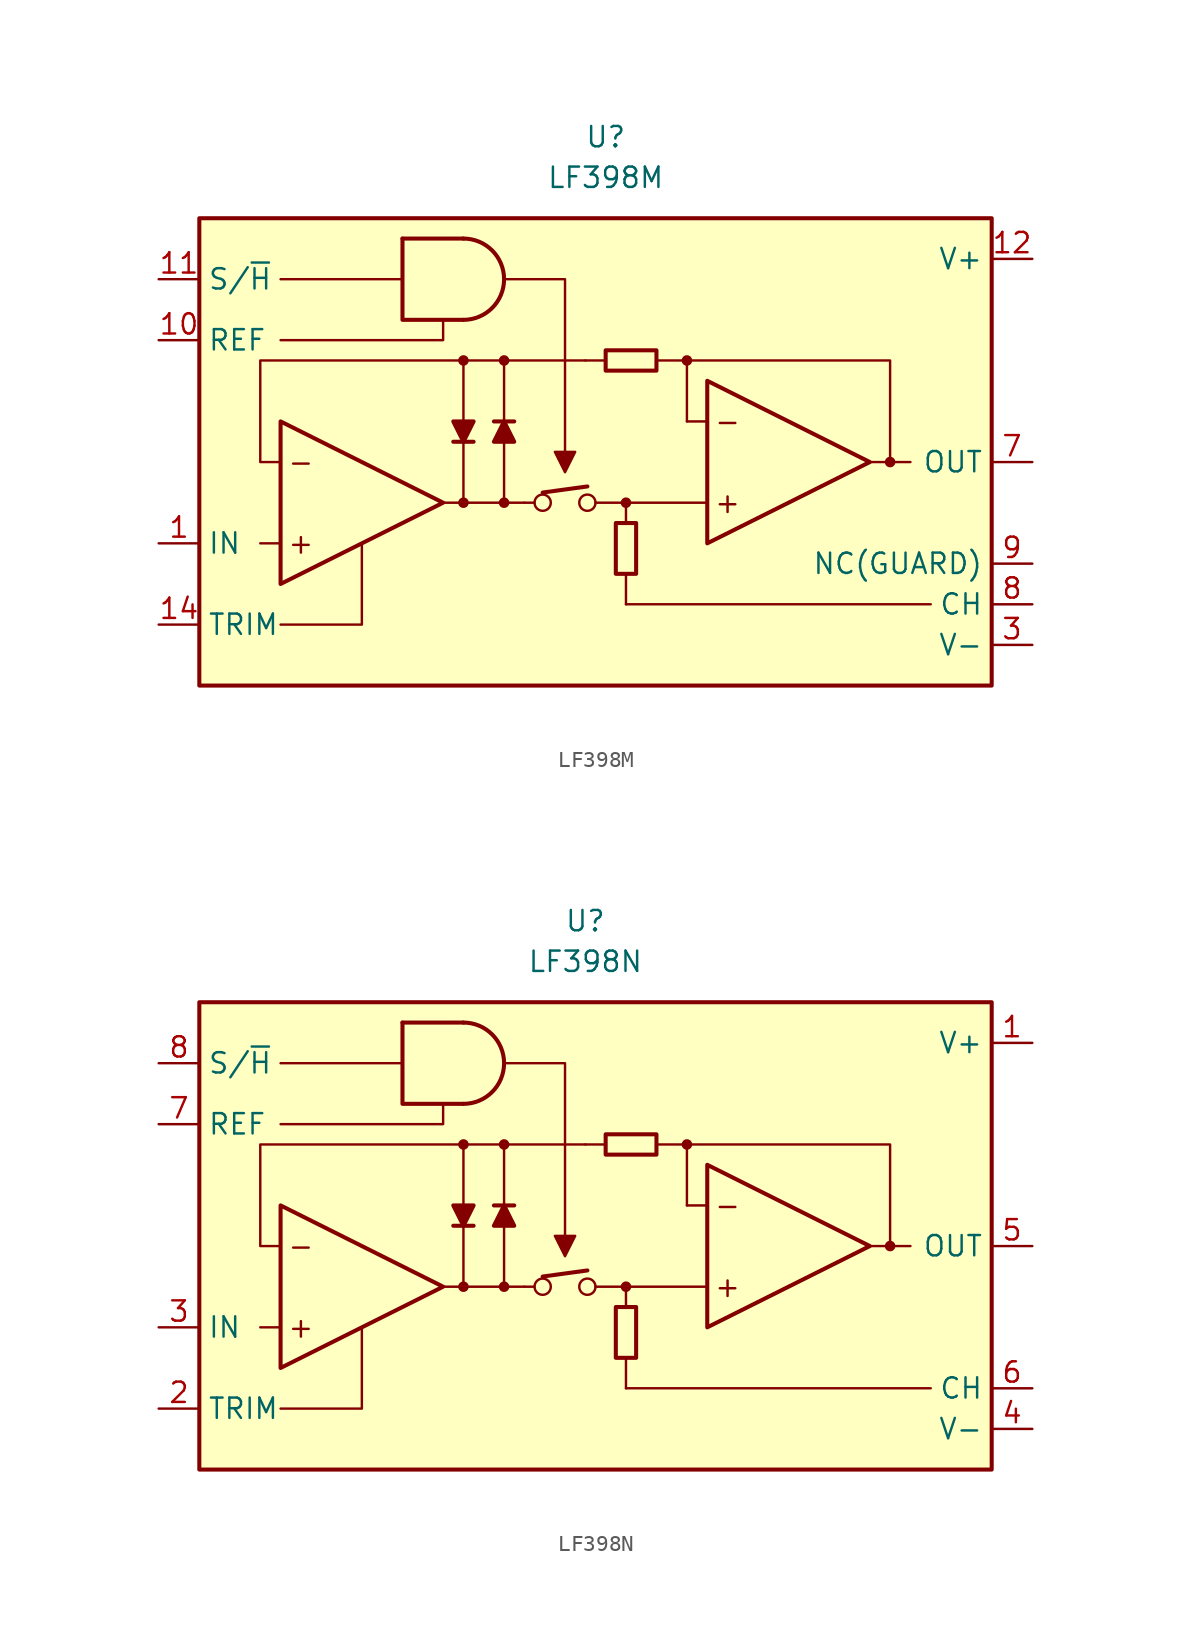
<source format=kicad_sym>
(kicad_symbol_lib
  (version 20231120)
  (generator "kicad_symbol_editor")
  (generator_version "8.0")
  (symbol "LF398M"
    (property "Reference" "U"
      (at 0 20.32 0)
      (effects (font (size 1.27 1.27))))
    (property "Value" "LF398M"
      (at 0 17.78 0)
      (effects (font (size 1.27 1.27))))
    (symbol "LF398M_0_0"
      (circle (center -8.89 -2.54) (radius 0.254) (stroke (width 0.152) (type default)) (fill (type outline)))
      (circle (center -8.89 6.35) (radius 0.254) (stroke (width 0.152) (type default)) (fill (type outline)))
      (circle (center -6.35 -2.54) (radius 0.254) (stroke (width 0.152) (type default)) (fill (type outline)))
      (circle (center -6.35 6.35) (radius 0.254) (stroke (width 0.152) (type default)) (fill (type outline)))
      (circle (center -3.937 -2.54) (radius 0.508) (stroke (width 0) (type default)) (fill (type none)))
      (circle (center -1.143 -2.54) (radius 0.508) (stroke (width 0) (type default)) (fill (type none)))
      (polyline (pts (xy -20.32 -5.08) (xy -21.59 -5.08)) (stroke (width 0.152) (type default)) (fill (type none)))
      (polyline (pts (xy -12.7 11.43) (xy -20.32 11.43)) (stroke (width 0.152) (type default)) (fill (type none)))
      (polyline (pts (xy -5.08 -2.54) (xy -4.445 -2.54)) (stroke (width 0.152) (type default)) (fill (type none)))
      (polyline (pts (xy -3.937 -1.905) (xy -1.143 -1.524)) (stroke (width 0.254) (type default)) (fill (type none)))
      (polyline (pts (xy 0 6.35) (xy -1.27 6.35)) (stroke (width 0.152) (type default)) (fill (type none)))
      (polyline (pts (xy 1.27 -6.985) (xy 1.27 -8.89)) (stroke (width 0.152) (type default)) (fill (type none)))
      (polyline (pts (xy 16.51 0) (xy 17.78 0)) (stroke (width 0.152) (type default)) (fill (type none)))
      (polyline (pts (xy 17.78 0) (xy 19.05 0)) (stroke (width 0.152) (type default)) (fill (type none)))
      (polyline (pts (xy -20.32 -10.16) (xy -15.24 -10.16) (xy -15.24 -5.08)) (stroke (width 0.152) (type default)) (fill (type none)))
      (polyline (pts (xy -10.16 8.89) (xy -10.16 7.62) (xy -20.32 7.62)) (stroke (width 0.152) (type default)) (fill (type none)))
      (polyline (pts (xy -6.35 11.43) (xy -2.54 11.43) (xy -2.54 0)) (stroke (width 0.152) (type default)) (fill (type none)))
      (polyline (pts (xy -2.54 -0.635) (xy -3.175 0.635) (xy -1.905 0.635) (xy -2.54 -0.635)) (stroke (width 0.152) (type default)) (fill (type outline)))
      (circle (center 1.27 -2.54) (radius 0.254) (stroke (width 0.152) (type default)) (fill (type outline)))
      (circle (center 5.08 6.35) (radius 0.254) (stroke (width 0.152) (type default)) (fill (type outline)))
      (circle (center 17.78 0) (radius 0.254) (stroke (width 0.152) (type default)) (fill (type outline)))
      (text "+" (at -19.05 -5.08 0) (effects (font (size 1.27 1.27))))
      (text "+" (at 7.62 -2.54 0) (effects (font (size 1.27 1.27))))
      (text "-" (at -19.05 0 0) (effects (font (size 1.27 1.27))))
      (text "-" (at 7.62 2.54 0) (effects (font (size 1.27 1.27)))))
    (symbol "LF398M_0_1"
      (rectangle (start -25.4 15.24) (end 24.13 -13.97) (stroke (width 0.254) (type default)) (fill (type background)))
      (arc (start -8.89 8.89) (mid -6.361 11.43) (end -8.89 13.97) (stroke (width 0.254) (type default)) (fill (type none)))
      (polyline (pts (xy -12.7 13.97) (xy -8.89 13.97)) (stroke (width 0.254) (type default)) (fill (type none)))
      (polyline (pts (xy -9.525 1.27) (xy -8.255 1.27)) (stroke (width 0.254) (type default)) (fill (type none)))
      (polyline (pts (xy -8.89 1.27) (xy -8.89 -2.54)) (stroke (width 0.152) (type default)) (fill (type none)))
      (polyline (pts (xy -8.89 2.54) (xy -8.89 6.35)) (stroke (width 0.152) (type default)) (fill (type none)))
      (polyline (pts (xy -6.35 1.27) (xy -6.35 -2.54)) (stroke (width 0.152) (type default)) (fill (type none)))
      (polyline (pts (xy -6.35 2.54) (xy -6.35 6.35)) (stroke (width 0.152) (type default)) (fill (type none)))
      (polyline (pts (xy -5.715 2.54) (xy -6.985 2.54)) (stroke (width 0.254) (type default)) (fill (type none)))
      (polyline (pts (xy -5.08 -2.54) (xy -10.16 -2.54)) (stroke (width 0.152) (type default)) (fill (type none)))
      (polyline (pts (xy 1.27 -8.89) (xy 20.32 -8.89)) (stroke (width 0.152) (type default)) (fill (type none)))
      (polyline (pts (xy 1.27 -3.81) (xy 1.27 -2.54)) (stroke (width 0.152) (type default)) (fill (type none)))
      (polyline (pts (xy 5.08 2.54) (xy 5.08 6.35)) (stroke (width 0.152) (type default)) (fill (type none)))
      (polyline (pts (xy 6.35 -2.54) (xy -0.635 -2.54)) (stroke (width 0.152) (type default)) (fill (type none)))
      (polyline (pts (xy 6.35 2.54) (xy 5.08 2.54)) (stroke (width 0.152) (type default)) (fill (type none)))
      (polyline (pts (xy -12.7 13.97) (xy -12.7 8.89) (xy -8.89 8.89)) (stroke (width 0.254) (type default)) (fill (type none)))
      (polyline (pts (xy 3.175 6.35) (xy 17.78 6.35) (xy 17.78 0)) (stroke (width 0.152) (type default)) (fill (type none)))
      (polyline (pts (xy -20.32 2.54) (xy -20.32 -7.62) (xy -10.16 -2.54) (xy -20.32 2.54)) (stroke (width 0.254) (type default)) (fill (type none)))
      (polyline (pts (xy -8.89 1.27) (xy -9.525 2.54) (xy -8.255 2.54) (xy -8.89 1.27)) (stroke (width 0.254) (type default)) (fill (type outline)))
      (polyline (pts (xy -6.35 2.54) (xy -5.715 1.27) (xy -6.985 1.27) (xy -6.35 2.54)) (stroke (width 0.254) (type default)) (fill (type outline)))
      (polyline (pts (xy -1.27 6.35) (xy -21.59 6.35) (xy -21.59 0) (xy -20.32 0)) (stroke (width 0.152) (type default)) (fill (type none)))
      (polyline (pts (xy 6.35 5.08) (xy 6.35 -5.08) (xy 16.51 0) (xy 6.35 5.08)) (stroke (width 0.254) (type default)) (fill (type none)))
      (rectangle (start 0 5.715) (end 3.175 6.985) (stroke (width 0.254) (type default)) (fill (type none)))
      (rectangle (start 0.635 -3.81) (end 1.905 -6.985) (stroke (width 0.254) (type default)) (fill (type none))))
    (symbol "LF398M_1_1"
      (pin input line (at -27.94 -5.08 0) (length 2.54) (name "IN" (effects (font (size 1.27 1.27)))) (number "1" (effects (font (size 1.27 1.27)))))
      (pin input line (at -27.94 7.62 0) (length 2.54) (name "REF" (effects (font (size 1.27 1.27)))) (number "10" (effects (font (size 1.27 1.27)))))
      (pin input line (at -27.94 11.43 0) (length 2.54) (name "S/~{H}" (effects (font (size 1.27 1.27)))) (number "11" (effects (font (size 1.27 1.27)))))
      (pin power_in line (at 26.67 12.7 180) (length 2.54) (name "V+" (effects (font (size 1.27 1.27)))) (number "12" (effects (font (size 1.27 1.27)))))
      (pin passive line (at -27.94 -10.16 0) (length 2.54) (name "TRIM" (effects (font (size 1.27 1.27)))) (number "14" (effects (font (size 1.27 1.27)))))
      (pin power_in line (at 26.67 -11.43 180) (length 2.54) (name "V-" (effects (font (size 1.27 1.27)))) (number "3" (effects (font (size 1.27 1.27)))))
      (pin output line (at 26.67 0 180) (length 2.54) (name "OUT" (effects (font (size 1.27 1.27)))) (number "7" (effects (font (size 1.27 1.27)))))
      (pin passive line (at 26.67 -8.89 180) (length 2.54) (name "CH" (effects (font (size 1.27 1.27)))) (number "8" (effects (font (size 1.27 1.27)))))
      (pin passive line (at 26.67 -6.35 180) (length 2.54) (name "NC(GUARD)" (effects (font (size 1.27 1.27)))) (number "9" (effects (font (size 1.27 1.27)))))))
  (symbol "LF398N"
    (property "Reference" "U"
      (at 0 20.32 0)
      (effects (font (size 1.27 1.27))))
    (property "Value" "LF398N"
      (at 0 17.78 0)
      (effects (font (size 1.27 1.27))))
    (symbol "LF398N_0_0"
      (circle (center -7.62 -2.54) (radius 0.254) (stroke (width 0.152) (type default)) (fill (type outline)))
      (circle (center -7.62 6.35) (radius 0.254) (stroke (width 0.152) (type default)) (fill (type outline)))
      (circle (center -5.08 -2.54) (radius 0.254) (stroke (width 0.152) (type default)) (fill (type outline)))
      (circle (center -5.08 6.35) (radius 0.254) (stroke (width 0.152) (type default)) (fill (type outline)))
      (circle (center -2.667 -2.54) (radius 0.508) (stroke (width 0) (type default)) (fill (type none)))
      (polyline (pts (xy -19.05 -5.08) (xy -20.32 -5.08)) (stroke (width 0.152) (type default)) (fill (type none)))
      (polyline (pts (xy -11.43 11.43) (xy -19.05 11.43)) (stroke (width 0.152) (type default)) (fill (type none)))
      (polyline (pts (xy -3.81 -2.54) (xy -3.175 -2.54)) (stroke (width 0.152) (type default)) (fill (type none)))
      (polyline (pts (xy -2.667 -1.905) (xy 0.127 -1.524)) (stroke (width 0.254) (type default)) (fill (type none)))
      (polyline (pts (xy 1.27 6.35) (xy 0 6.35)) (stroke (width 0.152) (type default)) (fill (type none)))
      (polyline (pts (xy 2.54 -6.985) (xy 2.54 -8.89)) (stroke (width 0.152) (type default)) (fill (type none)))
      (polyline (pts (xy 17.78 0) (xy 19.05 0)) (stroke (width 0.152) (type default)) (fill (type none)))
      (polyline (pts (xy 19.05 0) (xy 20.32 0)) (stroke (width 0.152) (type default)) (fill (type none)))
      (polyline (pts (xy -19.05 -10.16) (xy -13.97 -10.16) (xy -13.97 -5.08)) (stroke (width 0.152) (type default)) (fill (type none)))
      (polyline (pts (xy -8.89 8.89) (xy -8.89 7.62) (xy -19.05 7.62)) (stroke (width 0.152) (type default)) (fill (type none)))
      (polyline (pts (xy -5.08 11.43) (xy -1.27 11.43) (xy -1.27 0)) (stroke (width 0.152) (type default)) (fill (type none)))
      (polyline (pts (xy -1.27 -0.635) (xy -1.905 0.635) (xy -0.635 0.635) (xy -1.27 -0.635)) (stroke (width 0.152) (type default)) (fill (type outline)))
      (circle (center 0.127 -2.54) (radius 0.508) (stroke (width 0) (type default)) (fill (type none)))
      (circle (center 2.54 -2.54) (radius 0.254) (stroke (width 0.152) (type default)) (fill (type outline)))
      (circle (center 6.35 6.35) (radius 0.254) (stroke (width 0.152) (type default)) (fill (type outline)))
      (circle (center 19.05 0) (radius 0.254) (stroke (width 0.152) (type default)) (fill (type outline)))
      (text "+" (at -17.78 -5.08 0) (effects (font (size 1.27 1.27))))
      (text "+" (at 8.89 -2.54 0) (effects (font (size 1.27 1.27))))
      (text "-" (at -17.78 0 0) (effects (font (size 1.27 1.27))))
      (text "-" (at 8.89 2.54 0) (effects (font (size 1.27 1.27)))))
    (symbol "LF398N_0_1"
      (rectangle (start -24.13 15.24) (end 25.4 -13.97) (stroke (width 0.254) (type default)) (fill (type background)))
      (arc (start -7.62 8.89) (mid -5.091 11.43) (end -7.62 13.97) (stroke (width 0.254) (type default)) (fill (type none)))
      (polyline (pts (xy -11.43 13.97) (xy -7.62 13.97)) (stroke (width 0.254) (type default)) (fill (type none)))
      (polyline (pts (xy -8.255 1.27) (xy -6.985 1.27)) (stroke (width 0.254) (type default)) (fill (type none)))
      (polyline (pts (xy -7.62 1.27) (xy -7.62 -2.54)) (stroke (width 0.152) (type default)) (fill (type none)))
      (polyline (pts (xy -7.62 2.54) (xy -7.62 6.35)) (stroke (width 0.152) (type default)) (fill (type none)))
      (polyline (pts (xy -5.08 1.27) (xy -5.08 -2.54)) (stroke (width 0.152) (type default)) (fill (type none)))
      (polyline (pts (xy -5.08 2.54) (xy -5.08 6.35)) (stroke (width 0.152) (type default)) (fill (type none)))
      (polyline (pts (xy -4.445 2.54) (xy -5.715 2.54)) (stroke (width 0.254) (type default)) (fill (type none)))
      (polyline (pts (xy -3.81 -2.54) (xy -8.89 -2.54)) (stroke (width 0.152) (type default)) (fill (type none)))
      (polyline (pts (xy 2.54 -8.89) (xy 21.59 -8.89)) (stroke (width 0.152) (type default)) (fill (type none)))
      (polyline (pts (xy 2.54 -3.81) (xy 2.54 -2.54)) (stroke (width 0.152) (type default)) (fill (type none)))
      (polyline (pts (xy 6.35 2.54) (xy 6.35 6.35)) (stroke (width 0.152) (type default)) (fill (type none)))
      (polyline (pts (xy 7.62 -2.54) (xy 0.635 -2.54)) (stroke (width 0.152) (type default)) (fill (type none)))
      (polyline (pts (xy 7.62 2.54) (xy 6.35 2.54)) (stroke (width 0.152) (type default)) (fill (type none)))
      (polyline (pts (xy -11.43 13.97) (xy -11.43 8.89) (xy -7.62 8.89)) (stroke (width 0.254) (type default)) (fill (type none)))
      (polyline (pts (xy 4.445 6.35) (xy 19.05 6.35) (xy 19.05 0)) (stroke (width 0.152) (type default)) (fill (type none)))
      (polyline (pts (xy -19.05 2.54) (xy -19.05 -7.62) (xy -8.89 -2.54) (xy -19.05 2.54)) (stroke (width 0.254) (type default)) (fill (type none)))
      (polyline (pts (xy -7.62 1.27) (xy -8.255 2.54) (xy -6.985 2.54) (xy -7.62 1.27)) (stroke (width 0.254) (type default)) (fill (type outline)))
      (polyline (pts (xy -5.08 2.54) (xy -4.445 1.27) (xy -5.715 1.27) (xy -5.08 2.54)) (stroke (width 0.254) (type default)) (fill (type outline)))
      (polyline (pts (xy 0 6.35) (xy -20.32 6.35) (xy -20.32 0) (xy -19.05 0)) (stroke (width 0.152) (type default)) (fill (type none)))
      (polyline (pts (xy 7.62 5.08) (xy 7.62 -5.08) (xy 17.78 0) (xy 7.62 5.08)) (stroke (width 0.254) (type default)) (fill (type none)))
      (rectangle (start 1.27 5.715) (end 4.445 6.985) (stroke (width 0.254) (type default)) (fill (type none)))
      (rectangle (start 1.905 -3.81) (end 3.175 -6.985) (stroke (width 0.254) (type default)) (fill (type none))))
    (symbol "LF398N_1_1"
      (pin power_in line (at 27.94 12.7 180) (length 2.54) (name "V+" (effects (font (size 1.27 1.27)))) (number "1" (effects (font (size 1.27 1.27)))))
      (pin passive line (at -26.67 -10.16 0) (length 2.54) (name "TRIM" (effects (font (size 1.27 1.27)))) (number "2" (effects (font (size 1.27 1.27)))))
      (pin input line (at -26.67 -5.08 0) (length 2.54) (name "IN" (effects (font (size 1.27 1.27)))) (number "3" (effects (font (size 1.27 1.27)))))
      (pin power_in line (at 27.94 -11.43 180) (length 2.54) (name "V-" (effects (font (size 1.27 1.27)))) (number "4" (effects (font (size 1.27 1.27)))))
      (pin output line (at 27.94 0 180) (length 2.54) (name "OUT" (effects (font (size 1.27 1.27)))) (number "5" (effects (font (size 1.27 1.27)))))
      (pin passive line (at 27.94 -8.89 180) (length 2.54) (name "CH" (effects (font (size 1.27 1.27)))) (number "6" (effects (font (size 1.27 1.27)))))
      (pin input line (at -26.67 7.62 0) (length 2.54) (name "REF" (effects (font (size 1.27 1.27)))) (number "7" (effects (font (size 1.27 1.27)))))
      (pin input line (at -26.67 11.43 0) (length 2.54) (name "S/~{H}" (effects (font (size 1.27 1.27)))) (number "8" (effects (font (size 1.27 1.27))))))))
</source>
